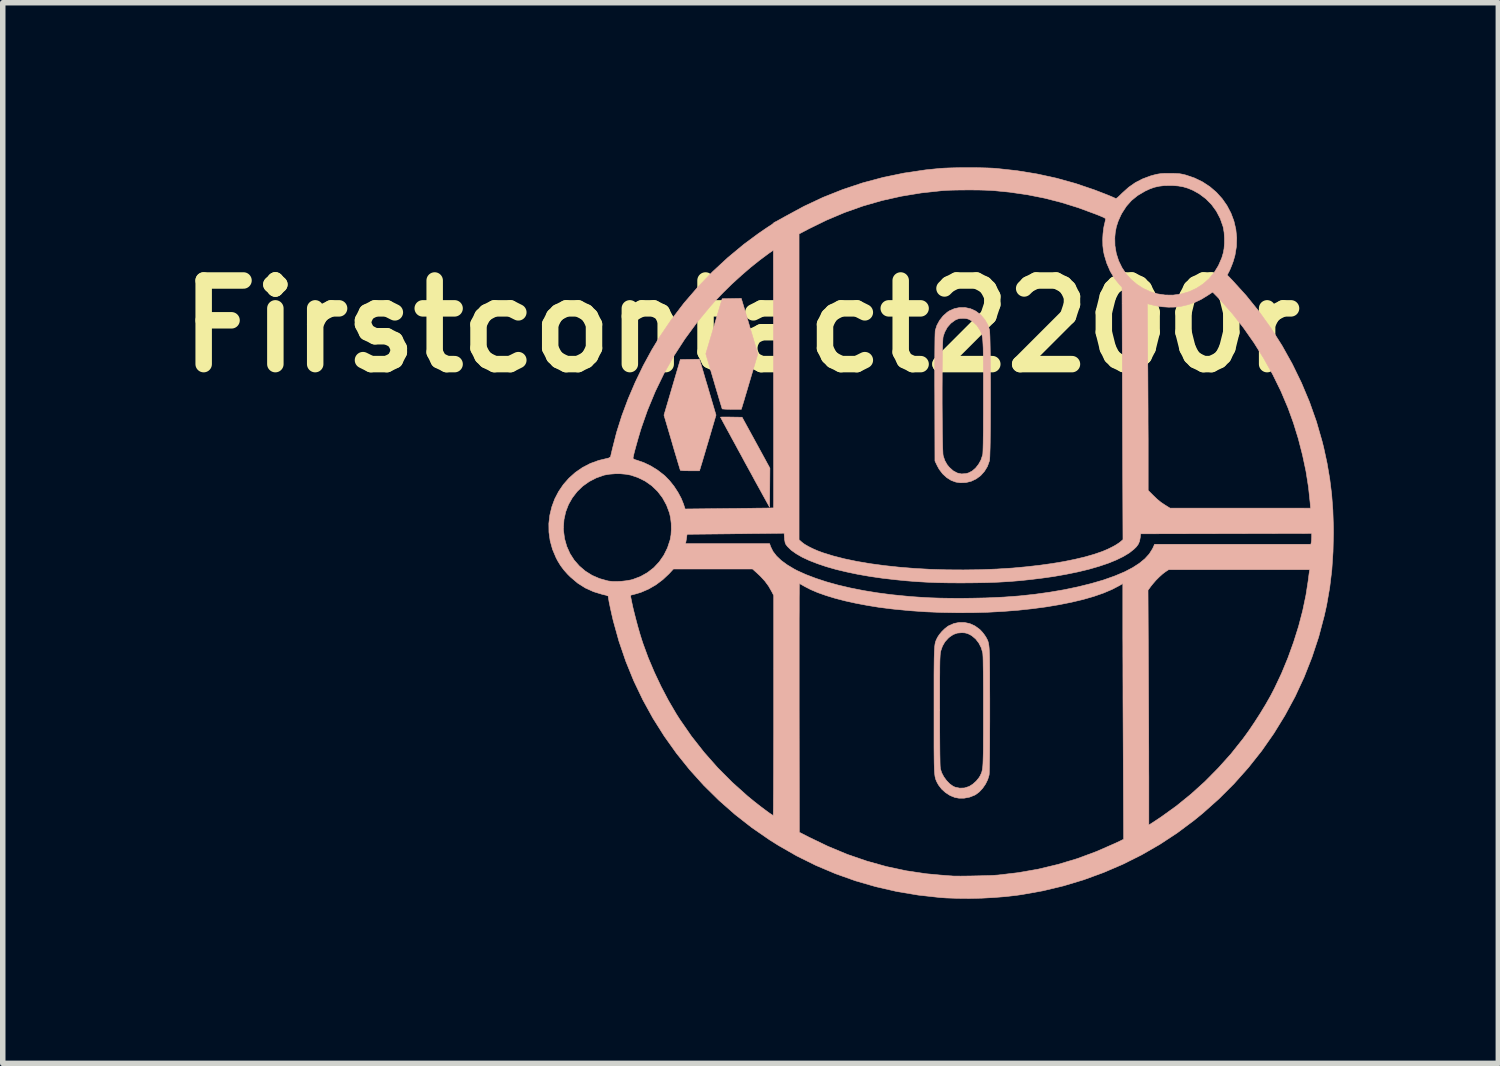
<source format=kicad_pcb>
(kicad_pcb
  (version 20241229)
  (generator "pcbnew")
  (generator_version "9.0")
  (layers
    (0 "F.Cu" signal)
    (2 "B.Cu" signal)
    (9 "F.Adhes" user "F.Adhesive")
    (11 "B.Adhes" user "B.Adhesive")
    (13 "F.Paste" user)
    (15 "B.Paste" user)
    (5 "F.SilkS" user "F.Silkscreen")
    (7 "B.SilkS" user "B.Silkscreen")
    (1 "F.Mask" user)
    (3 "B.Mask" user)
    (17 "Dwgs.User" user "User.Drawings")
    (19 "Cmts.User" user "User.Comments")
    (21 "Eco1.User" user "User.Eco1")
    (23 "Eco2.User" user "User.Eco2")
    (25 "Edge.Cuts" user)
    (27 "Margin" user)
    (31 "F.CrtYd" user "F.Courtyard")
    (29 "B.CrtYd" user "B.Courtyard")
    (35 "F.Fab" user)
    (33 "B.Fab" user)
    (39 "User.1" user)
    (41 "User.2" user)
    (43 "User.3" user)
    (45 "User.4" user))
  (footprint "Firstcontact2200r"
    (layer "F.Cu")
    (at 14.793 7.158)
    (property "Reference" "Firstcontact2200r" (at -4.335 -4.263 180) (layer "F.SilkS") (effects (font (size 1.524 1.524) (thickness 0.3))))
    (attr through_hole)
    (fp_poly (pts (xy -4.571 -2.61) (xy -4.519 -2.609) (xy -4.322 -2.606) (xy -4.068 -2.142) (xy -3.815 -1.678) (xy -3.818 -1.322) (xy -3.821 -0.967) (xy -3.904 -1.117) (xy -3.944 -1.189) (xy -3.989 -1.272) (xy -4.04 -1.364) (xy -4.095 -1.464) (xy -4.152 -1.57) (xy -4.212 -1.679) (xy -4.273 -1.79) (xy -4.333 -1.902) (xy -4.393 -2.011) (xy -4.45 -2.117) (xy -4.505 -2.217) (xy -4.555 -2.31) (xy -4.601 -2.393) (xy -4.64 -2.466) (xy -4.672 -2.525) (xy -4.696 -2.57) (xy -4.711 -2.598) (xy -4.716 -2.607) (xy -4.705 -2.609) (xy -4.675 -2.61) (xy -4.629 -2.61) (xy -4.571 -2.61)) (stroke (width 0.01) (type solid)) (fill yes) (layer "B.SilkS"))
    (fp_poly (pts (xy -4.308 -4.676) (xy -4.298 -4.642) (xy -4.282 -4.59) (xy -4.262 -4.522) (xy -4.238 -4.442) (xy -4.211 -4.352) (xy -4.183 -4.257) (xy -4.157 -4.17) (xy -4.035 -3.759) (xy -4.157 -3.35) (xy -4.186 -3.252) (xy -4.214 -3.157) (xy -4.24 -3.069) (xy -4.264 -2.99) (xy -4.283 -2.924) (xy -4.298 -2.874) (xy -4.307 -2.846) (xy -4.336 -2.75) (xy -4.508 -2.75) (xy -4.568 -2.751) (xy -4.62 -2.752) (xy -4.659 -2.755) (xy -4.682 -2.757) (xy -4.685 -2.759) (xy -4.689 -2.772) (xy -4.699 -2.804) (xy -4.714 -2.854) (xy -4.734 -2.919) (xy -4.757 -2.998) (xy -4.784 -3.087) (xy -4.813 -3.185) (xy -4.836 -3.264) (xy -4.983 -3.761) (xy -4.685 -4.765) (xy -4.511 -4.768) (xy -4.337 -4.771) (xy -4.308 -4.676)) (stroke (width 0.01) (type solid)) (fill yes) (layer "B.SilkS"))
    (fp_poly (pts (xy -5.087 -3.625) (xy -5.081 -3.606) (xy -5.07 -3.568) (xy -5.053 -3.512) (xy -5.032 -3.442) (xy -5.008 -3.359) (xy -4.981 -3.267) (xy -4.951 -3.169) (xy -4.936 -3.116) (xy -4.797 -2.645) (xy -4.93 -2.192) (xy -4.96 -2.092) (xy -4.988 -1.997) (xy -5.014 -1.909) (xy -5.037 -1.832) (xy -5.056 -1.768) (xy -5.071 -1.72) (xy -5.08 -1.69) (xy -5.081 -1.685) (xy -5.099 -1.63) (xy -5.27 -1.63) (xy -5.331 -1.631) (xy -5.383 -1.632) (xy -5.422 -1.635) (xy -5.444 -1.638) (xy -5.447 -1.639) (xy -5.451 -1.652) (xy -5.461 -1.684) (xy -5.476 -1.734) (xy -5.496 -1.8) (xy -5.519 -1.878) (xy -5.546 -1.967) (xy -5.575 -2.065) (xy -5.598 -2.146) (xy -5.745 -2.644) (xy -5.447 -3.657) (xy -5.273 -3.66) (xy -5.099 -3.663) (xy -5.087 -3.625)) (stroke (width 0.01) (type solid)) (fill yes) (layer "B.SilkS"))
    (fp_poly (pts (xy -0.256 -4.604) (xy -0.159 -4.583) (xy -0.067 -4.541) (xy 0.016 -4.48) (xy 0.031 -4.466) (xy 0.103 -4.381) (xy 0.156 -4.287) (xy 0.185 -4.202) (xy 0.188 -4.177) (xy 0.191 -4.131) (xy 0.194 -4.066) (xy 0.196 -3.983) (xy 0.198 -3.886) (xy 0.2 -3.776) (xy 0.201 -3.654) (xy 0.202 -3.524) (xy 0.203 -3.386) (xy 0.204 -3.243) (xy 0.204 -3.097) (xy 0.204 -2.95) (xy 0.204 -2.803) (xy 0.203 -2.66) (xy 0.203 -2.521) (xy 0.202 -2.388) (xy 0.2 -2.265) (xy 0.199 -2.152) (xy 0.197 -2.051) (xy 0.194 -1.966) (xy 0.192 -1.897) (xy 0.189 -1.846) (xy 0.186 -1.816) (xy 0.185 -1.812) (xy 0.148 -1.709) (xy 0.093 -1.619) (xy 0.025 -1.543) (xy -0.056 -1.483) (xy -0.146 -1.44) (xy -0.243 -1.416) (xy -0.344 -1.412) (xy -0.426 -1.424) (xy -0.512 -1.455) (xy -0.594 -1.507) (xy -0.668 -1.575) (xy -0.731 -1.658) (xy -0.765 -1.72) (xy -0.808 -1.809) (xy -0.811 -2.969) (xy -0.811 -3.003) (xy -0.677 -3.003) (xy -0.677 -2.862) (xy -0.676 -2.724) (xy -0.675 -2.59) (xy -0.674 -2.462) (xy -0.673 -2.341) (xy -0.671 -2.231) (xy -0.669 -2.134) (xy -0.667 -2.05) (xy -0.664 -1.983) (xy -0.662 -1.935) (xy -0.658 -1.907) (xy -0.658 -1.904) (xy -0.628 -1.816) (xy -0.587 -1.743) (xy -0.546 -1.693) (xy -0.476 -1.63) (xy -0.402 -1.59) (xy -0.324 -1.573) (xy -0.243 -1.579) (xy -0.198 -1.591) (xy -0.131 -1.625) (xy -0.068 -1.679) (xy -0.014 -1.747) (xy 0.03 -1.826) (xy 0.059 -1.913) (xy 0.063 -1.928) (xy 0.065 -1.951) (xy 0.067 -1.993) (xy 0.069 -2.055) (xy 0.071 -2.138) (xy 0.072 -2.241) (xy 0.074 -2.365) (xy 0.074 -2.511) (xy 0.075 -2.679) (xy 0.075 -2.869) (xy 0.075 -2.99) (xy 0.075 -3.172) (xy 0.075 -3.333) (xy 0.075 -3.473) (xy 0.074 -3.595) (xy 0.073 -3.7) (xy 0.072 -3.789) (xy 0.071 -3.865) (xy 0.068 -3.928) (xy 0.065 -3.981) (xy 0.062 -4.024) (xy 0.057 -4.06) (xy 0.052 -4.089) (xy 0.046 -4.114) (xy 0.039 -4.136) (xy 0.03 -4.156) (xy 0.021 -4.176) (xy 0.011 -4.194) (xy -0.043 -4.278) (xy -0.112 -4.343) (xy -0.158 -4.373) (xy -0.197 -4.393) (xy -0.233 -4.403) (xy -0.277 -4.407) (xy -0.3 -4.407) (xy -0.35 -4.405) (xy -0.387 -4.398) (xy -0.424 -4.383) (xy -0.443 -4.373) (xy -0.519 -4.317) (xy -0.583 -4.244) (xy -0.632 -4.153) (xy -0.659 -4.072) (xy -0.662 -4.049) (xy -0.665 -4.004) (xy -0.668 -3.941) (xy -0.67 -3.861) (xy -0.672 -3.766) (xy -0.673 -3.658) (xy -0.675 -3.54) (xy -0.676 -3.413) (xy -0.676 -3.28) (xy -0.677 -3.142) (xy -0.677 -3.003) (xy -0.811 -3.003) (xy -0.812 -3.193) (xy -0.812 -3.393) (xy -0.812 -3.57) (xy -0.811 -3.725) (xy -0.81 -3.858) (xy -0.809 -3.968) (xy -0.808 -4.056) (xy -0.806 -4.122) (xy -0.804 -4.166) (xy -0.802 -4.188) (xy -0.772 -4.281) (xy -0.723 -4.371) (xy -0.659 -4.452) (xy -0.584 -4.519) (xy -0.546 -4.544) (xy -0.453 -4.585) (xy -0.355 -4.605) (xy -0.256 -4.604)) (stroke (width 0.01) (type solid)) (fill yes) (layer "B.SilkS"))
    (fp_poly (pts (xy -0.268 1.134) (xy -0.171 1.155) (xy -0.079 1.197) (xy 0.005 1.258) (xy 0.02 1.272) (xy 0.058 1.313) (xy 0.094 1.36) (xy 0.12 1.399) (xy 0.131 1.419) (xy 0.141 1.438) (xy 0.15 1.456) (xy 0.158 1.476) (xy 0.164 1.499) (xy 0.17 1.526) (xy 0.175 1.558) (xy 0.179 1.598) (xy 0.182 1.647) (xy 0.185 1.705) (xy 0.187 1.775) (xy 0.188 1.858) (xy 0.189 1.955) (xy 0.19 2.067) (xy 0.19 2.197) (xy 0.19 2.346) (xy 0.191 2.514) (xy 0.191 2.705) (xy 0.191 2.729) (xy 0.191 2.934) (xy 0.19 3.121) (xy 0.19 3.29) (xy 0.189 3.44) (xy 0.188 3.571) (xy 0.186 3.682) (xy 0.185 3.772) (xy 0.183 3.841) (xy 0.181 3.888) (xy 0.179 3.912) (xy 0.179 3.913) (xy 0.154 3.995) (xy 0.114 4.077) (xy 0.061 4.154) (xy 0.000107 4.22) (xy -0.065 4.269) (xy -0.083 4.279) (xy -0.176 4.316) (xy -0.275 4.335) (xy -0.372 4.335) (xy -0.444 4.322) (xy -0.531 4.287) (xy -0.614 4.234) (xy -0.687 4.168) (xy -0.745 4.092) (xy -0.76 4.064) (xy -0.771 4.044) (xy -0.78 4.025) (xy -0.788 4.006) (xy -0.795 3.987) (xy -0.801 3.964) (xy -0.807 3.938) (xy -0.811 3.906) (xy -0.815 3.867) (xy -0.818 3.819) (xy -0.82 3.762) (xy -0.822 3.693) (xy -0.823 3.612) (xy -0.824 3.517) (xy -0.825 3.406) (xy -0.825 3.277) (xy -0.825 3.131) (xy -0.825 2.964) (xy -0.825 2.776) (xy -0.825 2.734) (xy -0.825 2.725) (xy -0.721 2.725) (xy -0.721 2.73) (xy -0.721 2.934) (xy -0.721 3.115) (xy -0.72 3.273) (xy -0.719 3.41) (xy -0.718 3.526) (xy -0.716 3.621) (xy -0.715 3.696) (xy -0.713 3.75) (xy -0.71 3.786) (xy -0.709 3.798) (xy -0.685 3.873) (xy -0.646 3.947) (xy -0.596 4.015) (xy -0.539 4.074) (xy -0.479 4.117) (xy -0.442 4.134) (xy -0.358 4.152) (xy -0.272 4.149) (xy -0.19 4.123) (xy -0.184 4.121) (xy -0.119 4.08) (xy -0.056 4.024) (xy -0.004 3.96) (xy 0.017 3.925) (xy 0.026 3.905) (xy 0.035 3.886) (xy 0.043 3.867) (xy 0.049 3.845) (xy 0.055 3.819) (xy 0.06 3.787) (xy 0.064 3.749) (xy 0.067 3.703) (xy 0.069 3.646) (xy 0.071 3.578) (xy 0.073 3.497) (xy 0.074 3.401) (xy 0.074 3.289) (xy 0.075 3.159) (xy 0.075 3.011) (xy 0.075 2.841) (xy 0.075 2.745) (xy 0.075 2.537) (xy 0.075 2.351) (xy 0.074 2.188) (xy 0.073 2.048) (xy 0.071 1.93) (xy 0.07 1.836) (xy 0.068 1.764) (xy 0.065 1.715) (xy 0.063 1.69) (xy 0.036 1.595) (xy -0.008 1.509) (xy -0.066 1.434) (xy -0.135 1.376) (xy -0.176 1.352) (xy -0.221 1.333) (xy -0.263 1.323) (xy -0.313 1.32) (xy -0.323 1.32) (xy -0.402 1.327) (xy -0.472 1.352) (xy -0.537 1.395) (xy -0.565 1.419) (xy -0.626 1.486) (xy -0.671 1.564) (xy -0.7 1.647) (xy -0.704 1.661) (xy -0.707 1.677) (xy -0.71 1.696) (xy -0.712 1.72) (xy -0.714 1.75) (xy -0.716 1.788) (xy -0.718 1.834) (xy -0.719 1.892) (xy -0.72 1.962) (xy -0.72 2.045) (xy -0.721 2.145) (xy -0.721 2.261) (xy -0.721 2.395) (xy -0.721 2.549) (xy -0.721 2.725) (xy -0.825 2.725) (xy -0.825 2.541) (xy -0.825 2.37) (xy -0.825 2.22) (xy -0.825 2.088) (xy -0.824 1.973) (xy -0.823 1.874) (xy -0.822 1.79) (xy -0.82 1.719) (xy -0.818 1.66) (xy -0.815 1.61) (xy -0.812 1.57) (xy -0.808 1.536) (xy -0.803 1.509) (xy -0.797 1.486) (xy -0.79 1.466) (xy -0.782 1.448) (xy -0.773 1.429) (xy -0.763 1.41) (xy -0.762 1.406) (xy -0.729 1.356) (xy -0.684 1.301) (xy -0.631 1.249) (xy -0.578 1.207) (xy -0.557 1.194) (xy -0.464 1.153) (xy -0.367 1.133) (xy -0.268 1.134)) (stroke (width 0.01) (type solid)) (fill yes) (layer "B.SilkS"))
    (fp_poly (pts (xy -0.078 -7.153) (xy 0.04 -7.151) (xy 0.148 -7.148) (xy 0.242 -7.144) (xy 0.312 -7.139) (xy 0.687 -7.098) (xy 1.05 -7.039) (xy 1.404 -6.962) (xy 1.753 -6.865) (xy 2.098 -6.748) (xy 2.285 -6.676) (xy 2.343 -6.653) (xy 2.394 -6.632) (xy 2.436 -6.614) (xy 2.463 -6.602) (xy 2.466 -6.6) (xy 2.479 -6.594) (xy 2.491 -6.593) (xy 2.506 -6.599) (xy 2.525 -6.614) (xy 2.554 -6.641) (xy 2.595 -6.681) (xy 2.605 -6.691) (xy 2.722 -6.796) (xy 2.844 -6.881) (xy 2.974 -6.948) (xy 3.118 -7.002) (xy 3.179 -7.019) (xy 3.227 -7.031) (xy 3.27 -7.039) (xy 3.313 -7.045) (xy 3.364 -7.048) (xy 3.428 -7.049) (xy 3.47 -7.049) (xy 3.543 -7.048) (xy 3.6 -7.046) (xy 3.647 -7.043) (xy 3.689 -7.036) (xy 3.733 -7.026) (xy 3.762 -7.019) (xy 3.921 -6.965) (xy 4.067 -6.894) (xy 4.201 -6.806) (xy 4.32 -6.704) (xy 4.425 -6.588) (xy 4.513 -6.462) (xy 4.585 -6.325) (xy 4.639 -6.181) (xy 4.674 -6.031) (xy 4.69 -5.876) (xy 4.685 -5.718) (xy 4.659 -5.559) (xy 4.629 -5.453) (xy 4.608 -5.395) (xy 4.585 -5.337) (xy 4.564 -5.287) (xy 4.553 -5.265) (xy 4.517 -5.197) (xy 4.609 -5.102) (xy 4.859 -4.827) (xy 5.095 -4.535) (xy 5.315 -4.228) (xy 5.518 -3.908) (xy 5.703 -3.576) (xy 5.869 -3.235) (xy 6.016 -2.885) (xy 6.142 -2.529) (xy 6.246 -2.168) (xy 6.275 -2.053) (xy 6.337 -1.766) (xy 6.385 -1.484) (xy 6.42 -1.202) (xy 6.442 -0.913) (xy 6.452 -0.612) (xy 6.453 -0.499) (xy 6.445 -0.154) (xy 6.423 0.178) (xy 6.384 0.5) (xy 6.329 0.816) (xy 6.285 1.014) (xy 6.184 1.396) (xy 6.061 1.768) (xy 5.918 2.131) (xy 5.754 2.484) (xy 5.57 2.825) (xy 5.367 3.155) (xy 5.145 3.473) (xy 4.903 3.778) (xy 4.643 4.07) (xy 4.365 4.348) (xy 4.069 4.612) (xy 3.908 4.743) (xy 3.605 4.969) (xy 3.287 5.178) (xy 2.957 5.368) (xy 2.615 5.539) (xy 2.263 5.69) (xy 1.902 5.822) (xy 1.533 5.933) (xy 1.158 6.023) (xy 0.777 6.091) (xy 0.68 6.105) (xy 0.48 6.128) (xy 0.267 6.145) (xy 0.045 6.157) (xy -0.178 6.162) (xy -0.395 6.16) (xy -0.601 6.153) (xy -0.716 6.145) (xy -1.111 6.101) (xy -1.5 6.036) (xy -1.881 5.949) (xy -2.255 5.841) (xy -2.62 5.711) (xy -2.977 5.56) (xy -3.325 5.388) (xy -3.663 5.194) (xy -3.822 5.094) (xy -4.145 4.871) (xy -4.452 4.631) (xy -4.743 4.375) (xy -5.019 4.103) (xy -5.277 3.817) (xy -5.517 3.518) (xy -5.74 3.205) (xy -5.945 2.88) (xy -6.13 2.544) (xy -6.296 2.197) (xy -6.441 1.84) (xy -6.566 1.474) (xy -6.67 1.1) (xy -6.69 1.014) (xy -6.706 0.942) (xy -6.722 0.871) (xy -6.735 0.807) (xy -6.746 0.755) (xy -6.749 0.735) (xy -6.764 0.646) (xy -6.798 0.638) (xy -6.355 0.638) (xy -6.349 0.679) (xy -6.332 0.764) (xy -6.31 0.866) (xy -6.282 0.979) (xy -6.251 1.1) (xy -6.218 1.222) (xy -6.184 1.34) (xy -6.15 1.45) (xy -6.126 1.522) (xy -6.032 1.778) (xy -5.921 2.04) (xy -5.797 2.302) (xy -5.663 2.557) (xy -5.522 2.798) (xy -5.459 2.897) (xy -5.246 3.205) (xy -5.014 3.5) (xy -4.765 3.782) (xy -4.5 4.048) (xy -4.222 4.297) (xy -4.097 4.399) (xy -4.036 4.447) (xy -3.974 4.495) (xy -3.914 4.54) (xy -3.86 4.58) (xy -3.814 4.613) (xy -3.779 4.636) (xy -3.759 4.648) (xy -3.755 4.65) (xy -3.754 4.638) (xy -3.753 4.605) (xy -3.752 4.551) (xy -3.751 4.478) (xy -3.751 4.386) (xy -3.75 4.277) (xy -3.749 4.151) (xy -3.749 4.011) (xy -3.748 3.858) (xy -3.748 3.691) (xy -3.747 3.514) (xy -3.747 3.326) (xy -3.746 3.129) (xy -3.746 2.924) (xy -3.746 2.713) (xy -3.746 2.646) (xy -3.746 1.769) (xy -3.282 1.769) (xy -3.282 1.972) (xy -3.282 2.183) (xy -3.282 2.402) (xy -3.282 2.627) (xy -3.282 2.69) (xy -3.279 4.956) (xy -3.105 5.045) (xy -2.756 5.213) (xy -2.405 5.359) (xy -2.05 5.481) (xy -1.692 5.581) (xy -1.331 5.658) (xy -0.967 5.712) (xy -0.721 5.735) (xy -0.657 5.74) (xy -0.596 5.745) (xy -0.544 5.749) (xy -0.508 5.751) (xy -0.502 5.752) (xy -0.466 5.754) (xy -0.412 5.754) (xy -0.342 5.755) (xy -0.26 5.754) (xy -0.171 5.753) (xy -0.077 5.751) (xy 0.016 5.749) (xy 0.106 5.746) (xy 0.188 5.744) (xy 0.259 5.741) (xy 0.315 5.737) (xy 0.335 5.736) (xy 0.71 5.692) (xy 1.075 5.628) (xy 1.433 5.542) (xy 1.786 5.436) (xy 2.134 5.307) (xy 2.481 5.155) (xy 2.574 5.111) (xy 2.63 5.083) (xy 2.623 3.56) (xy 2.622 3.356) (xy 2.621 3.147) (xy 2.62 2.934) (xy 2.619 2.721) (xy 2.618 2.509) (xy 2.618 2.302) (xy 2.617 2.102) (xy 2.617 1.911) (xy 2.616 1.732) (xy 2.616 1.567) (xy 2.615 1.419) (xy 2.615 1.291) (xy 2.615 1.231) (xy 2.615 0.546) (xy 3.074 0.546) (xy 3.081 1.897) (xy 3.082 2.091) (xy 3.083 2.292) (xy 3.084 2.498) (xy 3.085 2.704) (xy 3.086 2.909) (xy 3.087 3.109) (xy 3.087 3.303) (xy 3.088 3.486) (xy 3.088 3.657) (xy 3.088 3.812) (xy 3.089 3.949) (xy 3.089 4.036) (xy 3.089 4.824) (xy 3.138 4.793) (xy 3.166 4.775) (xy 3.207 4.748) (xy 3.258 4.714) (xy 3.312 4.678) (xy 3.325 4.669) (xy 3.593 4.476) (xy 3.855 4.263) (xy 4.11 4.033) (xy 4.353 3.787) (xy 4.584 3.53) (xy 4.797 3.262) (xy 4.8 3.259) (xy 4.906 3.113) (xy 5.013 2.955) (xy 5.119 2.79) (xy 5.219 2.625) (xy 5.31 2.465) (xy 5.379 2.332) (xy 5.507 2.061) (xy 5.623 1.78) (xy 5.727 1.492) (xy 5.818 1.203) (xy 5.893 0.916) (xy 5.952 0.634) (xy 5.994 0.362) (xy 5.998 0.332) (xy 6.004 0.282) (xy 6.01 0.237) (xy 6.015 0.205) (xy 6.016 0.197) (xy 6.022 0.171) (xy 3.451 0.171) (xy 3.394 0.208) (xy 3.34 0.249) (xy 3.28 0.303) (xy 3.218 0.365) (xy 3.162 0.43) (xy 3.129 0.471) (xy 3.074 0.546) (xy 2.615 0.546) (xy 2.615 0.424) (xy 2.555 0.46) (xy 2.419 0.531) (xy 2.261 0.598) (xy 2.085 0.659) (xy 1.89 0.715) (xy 1.679 0.765) (xy 1.454 0.81) (xy 1.215 0.85) (xy 0.965 0.883) (xy 0.705 0.911) (xy 0.437 0.932) (xy 0.161 0.947) (xy -0.119 0.955) (xy -0.403 0.956) (xy -0.689 0.951) (xy -0.976 0.939) (xy -1.262 0.919) (xy -1.544 0.892) (xy -1.607 0.885) (xy -1.829 0.857) (xy -2.044 0.822) (xy -2.25 0.783) (xy -2.445 0.74) (xy -2.627 0.693) (xy -2.794 0.642) (xy -2.944 0.589) (xy -3.075 0.533) (xy -3.183 0.477) (xy -3.223 0.454) (xy -3.255 0.436) (xy -3.275 0.426) (xy -3.278 0.425) (xy -3.279 0.436) (xy -3.279 0.469) (xy -3.28 0.524) (xy -3.28 0.598) (xy -3.281 0.69) (xy -3.281 0.801) (xy -3.281 0.927) (xy -3.282 1.069) (xy -3.282 1.226) (xy -3.282 1.395) (xy -3.282 1.577) (xy -3.282 1.769) (xy -3.746 1.769) (xy -3.746 0.641) (xy -3.782 0.571) (xy -3.839 0.471) (xy -3.906 0.38) (xy -3.987 0.292) (xy -4.054 0.229) (xy -4.132 0.159) (xy -5.573 0.159) (xy -5.655 0.248) (xy -5.767 0.353) (xy -5.892 0.447) (xy -6.027 0.525) (xy -6.166 0.585) (xy -6.256 0.612) (xy -6.355 0.638) (xy -6.798 0.638) (xy -6.867 0.622) (xy -7.028 0.573) (xy -7.178 0.505) (xy -7.317 0.417) (xy -7.447 0.307) (xy -7.499 0.256) (xy -7.57 0.176) (xy -7.629 0.097) (xy -7.681 0.012) (xy -7.711 -0.045) (xy -7.776 -0.199) (xy -7.819 -0.355) (xy -7.841 -0.512) (xy -7.842 -0.593) (xy -7.577 -0.593) (xy -7.576 -0.545) (xy -7.557 -0.395) (xy -7.517 -0.254) (xy -7.458 -0.122) (xy -7.381 -0.002) (xy -7.287 0.105) (xy -7.178 0.198) (xy -7.055 0.275) (xy -6.919 0.334) (xy -6.772 0.375) (xy -6.752 0.379) (xy -6.685 0.386) (xy -6.604 0.387) (xy -6.516 0.383) (xy -6.429 0.373) (xy -6.35 0.359) (xy -6.315 0.35) (xy -6.174 0.297) (xy -6.046 0.225) (xy -5.931 0.136) (xy -5.832 0.03) (xy -5.748 -0.091) (xy -5.681 -0.226) (xy -5.656 -0.303) (xy -5.354 -0.303) (xy -3.821 -0.303) (xy -3.801 -0.246) (xy -3.759 -0.161) (xy -3.695 -0.078) (xy -3.609 0.004) (xy -3.501 0.083) (xy -3.373 0.16) (xy -3.318 0.189) (xy -3.159 0.261) (xy -2.98 0.329) (xy -2.783 0.394) (xy -2.57 0.453) (xy -2.343 0.506) (xy -2.105 0.553) (xy -1.859 0.593) (xy -1.61 0.626) (xy -1.424 0.645) (xy -1.245 0.662) (xy -1.07 0.674) (xy -0.894 0.684) (xy -0.714 0.69) (xy -0.526 0.693) (xy -0.328 0.694) (xy -0.114 0.691) (xy 0.118 0.686) (xy 0.168 0.684) (xy 0.45 0.671) (xy 0.732 0.65) (xy 1.011 0.62) (xy 1.283 0.582) (xy 1.547 0.537) (xy 1.799 0.484) (xy 2.037 0.425) (xy 2.258 0.361) (xy 2.459 0.29) (xy 2.482 0.281) (xy 2.65 0.21) (xy 2.795 0.134) (xy 2.917 0.055) (xy 3.018 -0.028) (xy 3.097 -0.115) (xy 3.155 -0.207) (xy 3.164 -0.225) (xy 3.194 -0.291) (xy 6.041 -0.291) (xy 6.049 -0.327) (xy 6.053 -0.36) (xy 6.055 -0.403) (xy 6.056 -0.426) (xy 6.056 -0.489) (xy 2.94 -0.482) (xy 2.932 -0.412) (xy 2.92 -0.348) (xy 2.898 -0.295) (xy 2.862 -0.245) (xy 2.817 -0.201) (xy 2.731 -0.133) (xy 2.623 -0.068) (xy 2.494 -0.005) (xy 2.346 0.055) (xy 2.179 0.111) (xy 1.996 0.164) (xy 1.797 0.212) (xy 1.582 0.256) (xy 1.355 0.296) (xy 1.149 0.325) (xy 0.946 0.35) (xy 0.748 0.371) (xy 0.552 0.387) (xy 0.352 0.399) (xy 0.143 0.407) (xy -0.079 0.411) (xy -0.313 0.413) (xy -0.542 0.412) (xy -0.753 0.408) (xy -0.952 0.4) (xy -1.143 0.389) (xy -1.332 0.374) (xy -1.524 0.355) (xy -1.723 0.332) (xy -1.767 0.327) (xy -1.995 0.294) (xy -2.213 0.256) (xy -2.418 0.213) (xy -2.611 0.167) (xy -2.789 0.116) (xy -2.952 0.061) (xy -3.098 0.004) (xy -3.227 -0.056) (xy -3.336 -0.119) (xy -3.426 -0.183) (xy -3.494 -0.249) (xy -3.524 -0.288) (xy -3.538 -0.322) (xy -3.547 -0.375) (xy -3.55 -0.406) (xy -3.556 -0.493) (xy -3.7 -0.491) (xy -3.737 -0.491) (xy -3.795 -0.49) (xy -3.871 -0.489) (xy -3.963 -0.488) (xy -4.068 -0.487) (xy -4.184 -0.486) (xy -4.308 -0.484) (xy -4.438 -0.483) (xy -4.571 -0.481) (xy -4.585 -0.481) (xy -5.325 -0.473) (xy -5.333 -0.414) (xy -5.339 -0.374) (xy -5.345 -0.34) (xy -5.347 -0.329) (xy -5.354 -0.303) (xy -5.656 -0.303) (xy -5.633 -0.372) (xy -5.617 -0.462) (xy -5.611 -0.564) (xy -5.613 -0.671) (xy -5.625 -0.773) (xy -5.644 -0.86) (xy -5.699 -1.006) (xy -5.772 -1.139) (xy -5.862 -1.256) (xy -5.967 -1.357) (xy -6.088 -1.442) (xy -6.222 -1.508) (xy -6.35 -1.551) (xy -6.436 -1.567) (xy -6.535 -1.576) (xy -6.639 -1.576) (xy -6.739 -1.568) (xy -6.826 -1.553) (xy -6.835 -1.551) (xy -6.978 -1.501) (xy -7.108 -1.434) (xy -7.226 -1.35) (xy -7.328 -1.251) (xy -7.415 -1.138) (xy -7.485 -1.015) (xy -7.536 -0.882) (xy -7.567 -0.741) (xy -7.577 -0.593) (xy -7.842 -0.593) (xy -7.843 -0.669) (xy -7.825 -0.822) (xy -7.789 -0.972) (xy -7.736 -1.116) (xy -7.665 -1.252) (xy -7.579 -1.379) (xy -7.477 -1.495) (xy -7.361 -1.599) (xy -7.231 -1.689) (xy -7.089 -1.763) (xy -6.935 -1.819) (xy -6.801 -1.851) (xy -6.777 -1.857) (xy -6.309 -1.857) (xy -6.299 -1.846) (xy -6.27 -1.832) (xy -6.236 -1.822) (xy -6.112 -1.779) (xy -5.985 -1.718) (xy -5.862 -1.642) (xy -5.748 -1.554) (xy -5.725 -1.534) (xy -5.642 -1.448) (xy -5.562 -1.348) (xy -5.491 -1.239) (xy -5.431 -1.128) (xy -5.39 -1.026) (xy -5.36 -0.934) (xy -4.556 -0.943) (xy -4.422 -0.944) (xy -4.295 -0.946) (xy -4.176 -0.947) (xy -4.069 -0.949) (xy -3.973 -0.95) (xy -3.893 -0.951) (xy -3.828 -0.952) (xy -3.781 -0.953) (xy -3.755 -0.954) (xy -3.749 -0.954) (xy -3.749 -0.966) (xy -3.749 -0.999) (xy -3.748 -1.054) (xy -3.748 -1.128) (xy -3.748 -1.222) (xy -3.748 -1.332) (xy -3.748 -1.46) (xy -3.748 -1.603) (xy -3.748 -1.76) (xy -3.748 -1.93) (xy -3.748 -2.113) (xy -3.748 -2.307) (xy -3.748 -2.511) (xy -3.748 -2.724) (xy -3.749 -2.945) (xy -3.749 -3.173) (xy -3.749 -3.303) (xy -3.752 -5.649) (xy -3.839 -5.589) (xy -3.999 -5.47) (xy -4.167 -5.336) (xy -4.337 -5.189) (xy -4.506 -5.035) (xy -4.668 -4.876) (xy -4.82 -4.718) (xy -4.907 -4.62) (xy -5.147 -4.329) (xy -5.366 -4.03) (xy -5.565 -3.723) (xy -5.744 -3.405) (xy -5.904 -3.075) (xy -6.046 -2.732) (xy -6.151 -2.433) (xy -6.172 -2.369) (xy -6.193 -2.297) (xy -6.216 -2.22) (xy -6.238 -2.142) (xy -6.259 -2.067) (xy -6.278 -1.997) (xy -6.293 -1.938) (xy -6.303 -1.892) (xy -6.309 -1.863) (xy -6.309 -1.857) (xy -6.777 -1.857) (xy -6.751 -1.863) (xy -6.725 -1.877) (xy -6.72 -1.883) (xy -6.715 -1.902) (xy -6.707 -1.937) (xy -6.696 -1.984) (xy -6.684 -2.034) (xy -6.608 -2.332) (xy -6.512 -2.636) (xy -6.398 -2.941) (xy -6.268 -3.245) (xy -6.124 -3.544) (xy -5.967 -3.833) (xy -5.826 -4.066) (xy -5.613 -4.381) (xy -5.381 -4.685) (xy -5.13 -4.976) (xy -4.864 -5.253) (xy -4.582 -5.514) (xy -4.288 -5.758) (xy -4.035 -5.945) (xy -3.284 -5.945) (xy -3.284 -0.374) (xy -3.231 -0.327) (xy -3.183 -0.291) (xy -3.116 -0.252) (xy -3.036 -0.212) (xy -2.947 -0.173) (xy -2.853 -0.138) (xy -2.85 -0.137) (xy -2.663 -0.079) (xy -2.456 -0.026) (xy -2.23 0.021) (xy -1.988 0.062) (xy -1.73 0.097) (xy -1.46 0.126) (xy -1.179 0.149) (xy -0.889 0.165) (xy -0.592 0.174) (xy -0.29 0.176) (xy 0.016 0.172) (xy 0.322 0.16) (xy 0.352 0.158) (xy 0.607 0.142) (xy 0.855 0.119) (xy 1.095 0.092) (xy 1.324 0.06) (xy 1.54 0.024) (xy 1.742 -0.017) (xy 1.927 -0.061) (xy 2.094 -0.109) (xy 2.239 -0.159) (xy 2.254 -0.165) (xy 2.341 -0.202) (xy 2.422 -0.242) (xy 2.494 -0.282) (xy 2.55 -0.319) (xy 2.569 -0.334) (xy 2.618 -0.376) (xy 2.609 -2.674) (xy 2.602 -4.675) (xy 3.062 -4.675) (xy 3.069 -3.612) (xy 3.071 -3.438) (xy 3.072 -3.258) (xy 3.073 -3.074) (xy 3.074 -2.889) (xy 3.075 -2.707) (xy 3.075 -2.531) (xy 3.076 -2.365) (xy 3.077 -2.21) (xy 3.077 -2.071) (xy 3.077 -1.951) (xy 3.077 -1.911) (xy 3.077 -1.273) (xy 3.167 -1.183) (xy 3.239 -1.114) (xy 3.308 -1.057) (xy 3.386 -1.005) (xy 3.423 -0.982) (xy 3.475 -0.95) (xy 4.756 -0.95) (xy 6.036 -0.949) (xy 6.028 -1.05) (xy 5.998 -1.332) (xy 5.952 -1.623) (xy 5.889 -1.919) (xy 5.813 -2.214) (xy 5.723 -2.505) (xy 5.626 -2.773) (xy 5.496 -3.08) (xy 5.348 -3.382) (xy 5.183 -3.678) (xy 5.004 -3.964) (xy 4.812 -4.238) (xy 4.609 -4.496) (xy 4.397 -4.736) (xy 4.345 -4.791) (xy 4.252 -4.886) (xy 4.158 -4.824) (xy 4.04 -4.752) (xy 3.925 -4.698) (xy 3.806 -4.657) (xy 3.673 -4.626) (xy 3.672 -4.626) (xy 3.566 -4.613) (xy 3.45 -4.611) (xy 3.33 -4.619) (xy 3.216 -4.636) (xy 3.17 -4.647) (xy 3.062 -4.675) (xy 2.602 -4.675) (xy 2.601 -4.973) (xy 2.553 -5.025) (xy 2.462 -5.138) (xy 2.385 -5.268) (xy 2.323 -5.411) (xy 2.277 -5.563) (xy 2.262 -5.638) (xy 2.251 -5.732) (xy 2.249 -5.839) (xy 2.25 -5.879) (xy 2.469 -5.879) (xy 2.472 -5.731) (xy 2.496 -5.59) (xy 2.539 -5.456) (xy 2.6 -5.331) (xy 2.676 -5.217) (xy 2.768 -5.115) (xy 2.872 -5.027) (xy 2.987 -4.953) (xy 3.112 -4.895) (xy 3.245 -4.854) (xy 3.385 -4.833) (xy 3.529 -4.831) (xy 3.672 -4.85) (xy 3.818 -4.892) (xy 3.953 -4.953) (xy 4.075 -5.032) (xy 4.185 -5.129) (xy 4.279 -5.241) (xy 4.357 -5.368) (xy 4.418 -5.508) (xy 4.446 -5.602) (xy 4.46 -5.681) (xy 4.467 -5.775) (xy 4.467 -5.873) (xy 4.461 -5.97) (xy 4.447 -6.056) (xy 4.441 -6.081) (xy 4.39 -6.226) (xy 4.32 -6.36) (xy 4.232 -6.481) (xy 4.127 -6.587) (xy 4.007 -6.677) (xy 3.894 -6.74) (xy 3.803 -6.778) (xy 3.716 -6.804) (xy 3.625 -6.82) (xy 3.522 -6.828) (xy 3.47 -6.828) (xy 3.365 -6.826) (xy 3.275 -6.815) (xy 3.191 -6.796) (xy 3.107 -6.766) (xy 3.014 -6.723) (xy 3.014 -6.722) (xy 2.885 -6.646) (xy 2.774 -6.556) (xy 2.679 -6.449) (xy 2.599 -6.325) (xy 2.58 -6.289) (xy 2.531 -6.18) (xy 2.497 -6.076) (xy 2.477 -5.969) (xy 2.469 -5.879) (xy 2.25 -5.879) (xy 2.254 -5.948) (xy 2.266 -6.049) (xy 2.274 -6.093) (xy 2.285 -6.138) (xy 2.294 -6.178) (xy 2.299 -6.203) (xy 2.301 -6.214) (xy 2.298 -6.224) (xy 2.289 -6.233) (xy 2.269 -6.245) (xy 2.237 -6.259) (xy 2.19 -6.279) (xy 2.124 -6.305) (xy 2.111 -6.31) (xy 1.802 -6.424) (xy 1.497 -6.519) (xy 1.189 -6.598) (xy 0.876 -6.66) (xy 0.551 -6.707) (xy 0.277 -6.734) (xy 0.199 -6.739) (xy 0.104 -6.743) (xy -0.005 -6.746) (xy -0.122 -6.747) (xy -0.243 -6.747) (xy -0.361 -6.746) (xy -0.473 -6.744) (xy -0.573 -6.741) (xy -0.657 -6.736) (xy -0.681 -6.734) (xy -1.057 -6.693) (xy -1.421 -6.633) (xy -1.774 -6.554) (xy -2.118 -6.455) (xy -2.454 -6.336) (xy -2.785 -6.196) (xy -3.108 -6.038) (xy -3.284 -5.945) (xy -4.035 -5.945) (xy -4.024 -5.953) (xy -3.967 -5.992) (xy -3.911 -6.031) (xy -3.86 -6.065) (xy -3.822 -6.09) (xy -3.813 -6.095) (xy -3.78 -6.117) (xy -3.756 -6.136) (xy -3.746 -6.146) (xy -3.746 -6.146) (xy -3.737 -6.156) (xy -3.735 -6.156) (xy -3.722 -6.162) (xy -3.692 -6.177) (xy -3.649 -6.201) (xy -3.596 -6.23) (xy -3.541 -6.261) (xy -3.198 -6.447) (xy -2.847 -6.612) (xy -2.49 -6.754) (xy -2.125 -6.876) (xy -1.751 -6.976) (xy -1.369 -7.055) (xy -0.977 -7.113) (xy -0.721 -7.139) (xy -0.645 -7.144) (xy -0.55 -7.148) (xy -0.441 -7.151) (xy -0.323 -7.153) (xy -0.2 -7.153) (xy -0.078 -7.153)) (stroke (width 0.01) (type solid)) (fill yes) (layer "B.SilkS")))
  (gr_rect
    (start -3 -3)
    (end 24.25 16.325)
    (stroke (width 0.1) (type default))
    (fill no)
    (layer "Edge.Cuts")))
</source>
